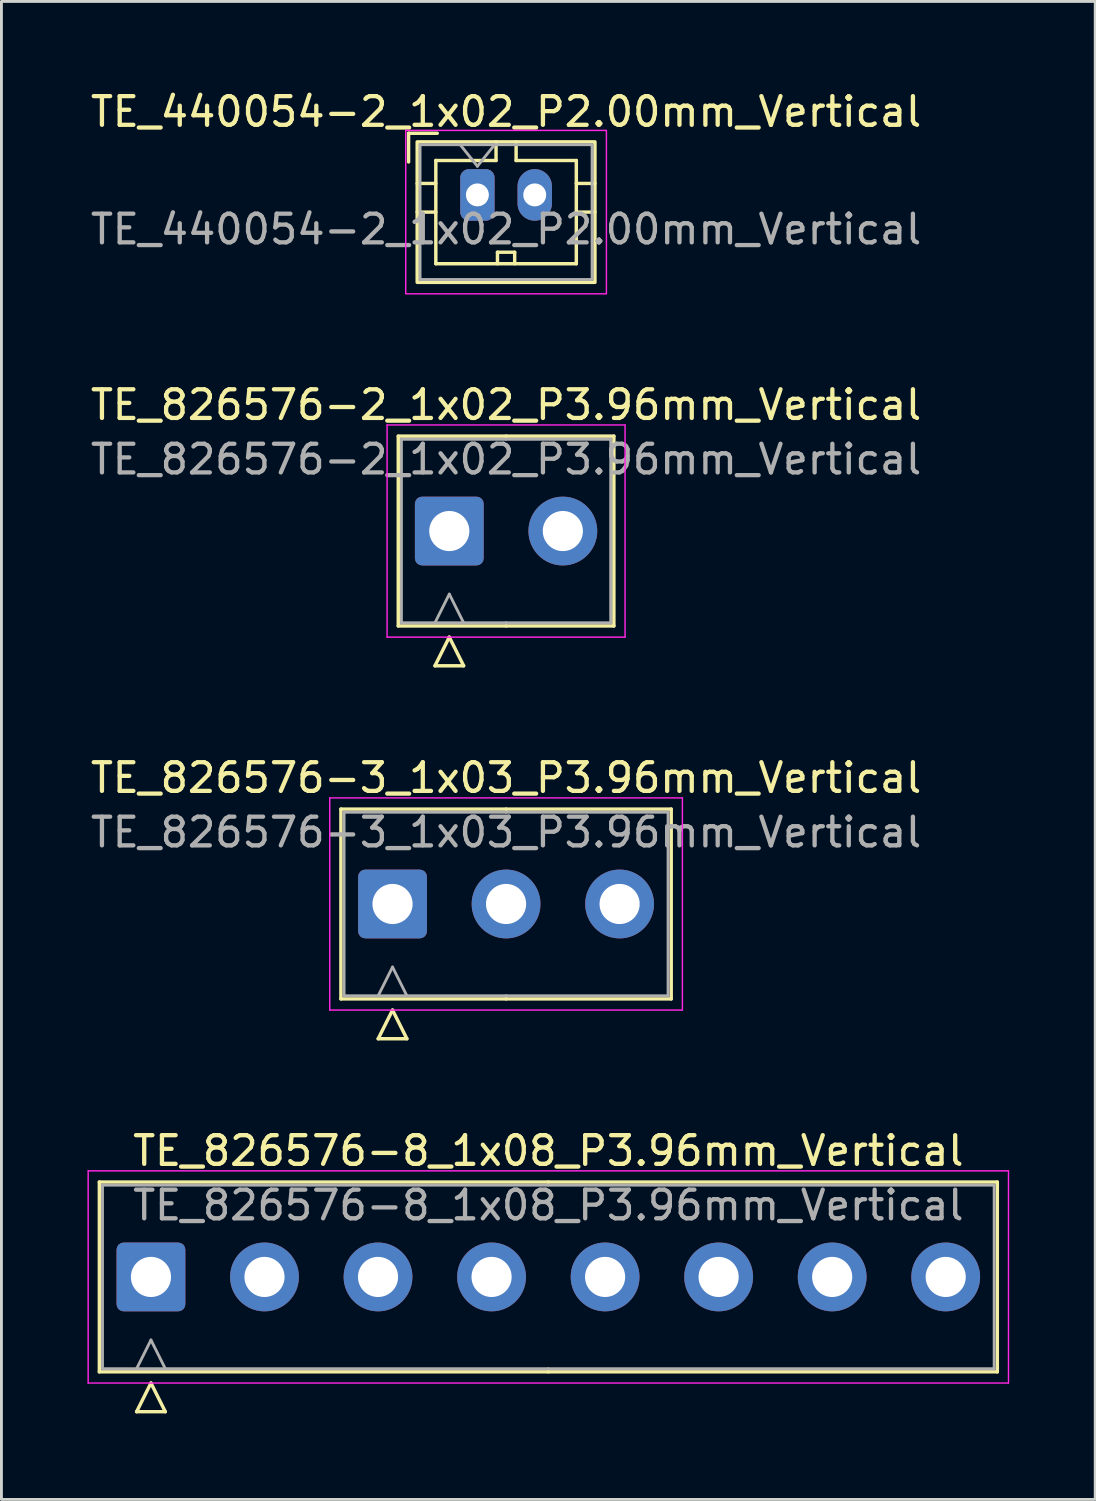
<source format=kicad_pcb>
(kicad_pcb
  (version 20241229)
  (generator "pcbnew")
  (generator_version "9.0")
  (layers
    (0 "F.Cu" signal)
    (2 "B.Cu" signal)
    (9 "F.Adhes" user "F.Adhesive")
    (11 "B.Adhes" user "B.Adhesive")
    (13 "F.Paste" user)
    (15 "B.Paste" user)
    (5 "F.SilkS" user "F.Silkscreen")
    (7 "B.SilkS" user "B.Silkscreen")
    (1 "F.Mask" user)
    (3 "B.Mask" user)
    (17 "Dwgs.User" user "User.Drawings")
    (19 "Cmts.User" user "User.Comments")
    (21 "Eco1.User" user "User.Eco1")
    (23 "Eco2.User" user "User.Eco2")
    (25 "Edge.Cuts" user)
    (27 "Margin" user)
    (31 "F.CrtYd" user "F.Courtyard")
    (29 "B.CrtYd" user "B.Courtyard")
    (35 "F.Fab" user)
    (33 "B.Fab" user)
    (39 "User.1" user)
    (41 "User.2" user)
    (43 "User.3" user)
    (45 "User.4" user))
  (footprint "TE_826576-2_1x02_P3.96mm_Vertical"
    (layer "F.Cu")
    (at 12.621 15.472)
    (property "Reference" "TE_826576-2_1x02_P3.96mm_Vertical" (at 1.98 -4.4 0) (layer "F.SilkS") (effects (font (size 1 1) (thickness 0.15))))
    (attr through_hole)
    (fp_line (start -1.78 -3.31) (end -1.78 3.31) (stroke (width 0.12) (type solid)) (layer "F.SilkS"))
    (fp_line (start -1.78 3.31) (end 1.98 3.31) (stroke (width 0.12) (type solid)) (layer "F.SilkS"))
    (fp_line (start -0.5 4.7) (end 0 3.7) (stroke (width 0.12) (type solid)) (layer "F.SilkS"))
    (fp_line (start 0 3.7) (end 0.5 4.7) (stroke (width 0.12) (type solid)) (layer "F.SilkS"))
    (fp_line (start 0.5 4.7) (end -0.5 4.7) (stroke (width 0.12) (type solid)) (layer "F.SilkS"))
    (fp_line (start 1.98 -3.31) (end -1.78 -3.31) (stroke (width 0.12) (type solid)) (layer "F.SilkS"))
    (fp_line (start 1.98 -3.31) (end 5.74 -3.31) (stroke (width 0.12) (type solid)) (layer "F.SilkS"))
    (fp_line (start 5.74 -3.31) (end 5.74 3.31) (stroke (width 0.12) (type solid)) (layer "F.SilkS"))
    (fp_line (start 5.74 3.31) (end 1.98 3.31) (stroke (width 0.12) (type solid)) (layer "F.SilkS"))
    (fp_line (start -2.17 -3.7) (end -2.17 3.7) (stroke (width 0.05) (type solid)) (layer "F.CrtYd"))
    (fp_line (start -2.17 3.7) (end 6.13 3.7) (stroke (width 0.05) (type solid)) (layer "F.CrtYd"))
    (fp_line (start 6.13 -3.7) (end -2.17 -3.7) (stroke (width 0.05) (type solid)) (layer "F.CrtYd"))
    (fp_line (start 6.13 3.7) (end 6.13 -3.7) (stroke (width 0.05) (type solid)) (layer "F.CrtYd"))
    (fp_line (start -1.67 -3.2) (end -1.67 3.2) (stroke (width 0.1) (type solid)) (layer "F.Fab"))
    (fp_line (start -1.67 3.2) (end 1.98 3.2) (stroke (width 0.1) (type solid)) (layer "F.Fab"))
    (fp_line (start -0.5 3.2) (end 0 2.2) (stroke (width 0.1) (type solid)) (layer "F.Fab"))
    (fp_line (start 0 2.2) (end 0.5 3.2) (stroke (width 0.1) (type solid)) (layer "F.Fab"))
    (fp_line (start 1.98 -3.2) (end -1.67 -3.2) (stroke (width 0.1) (type solid)) (layer "F.Fab"))
    (fp_line (start 1.98 -3.2) (end 5.63 -3.2) (stroke (width 0.1) (type solid)) (layer "F.Fab"))
    (fp_line (start 5.63 -3.2) (end 5.63 3.2) (stroke (width 0.1) (type solid)) (layer "F.Fab"))
    (fp_line (start 5.63 3.2) (end 1.98 3.2) (stroke (width 0.1) (type solid)) (layer "F.Fab"))
    (fp_text user "${REFERENCE}" (at 1.98 -2.5 0) (layer "F.Fab") (effects (font (size 1 1) (thickness 0.15))))
    (pad "1" thru_hole roundrect (at 0 0) (size 2.4 2.4) (drill 1.4) (layers "*.Cu" "*.Mask") (roundrect_rratio 0.104))
    (pad "2" thru_hole circle (at 3.96 0) (size 2.4 2.4) (drill 1.4) (layers "*.Cu" "*.Mask")))
  (footprint "TE_826576-3_1x03_P3.96mm_Vertical"
    (layer "F.Cu")
    (at 10.641 28.48)
    (property "Reference" "TE_826576-3_1x03_P3.96mm_Vertical" (at 3.96 -4.4 0) (layer "F.SilkS") (effects (font (size 1 1) (thickness 0.15))))
    (attr through_hole)
    (fp_line (start -1.8 -3.31) (end -1.8 3.31) (stroke (width 0.12) (type solid)) (layer "F.SilkS"))
    (fp_line (start -1.8 3.31) (end 3.96 3.31) (stroke (width 0.12) (type solid)) (layer "F.SilkS"))
    (fp_line (start -0.5 4.7) (end 0 3.7) (stroke (width 0.12) (type solid)) (layer "F.SilkS"))
    (fp_line (start 0 3.7) (end 0.5 4.7) (stroke (width 0.12) (type solid)) (layer "F.SilkS"))
    (fp_line (start 0.5 4.7) (end -0.5 4.7) (stroke (width 0.12) (type solid)) (layer "F.SilkS"))
    (fp_line (start 3.96 -3.31) (end -1.8 -3.31) (stroke (width 0.12) (type solid)) (layer "F.SilkS"))
    (fp_line (start 3.96 -3.31) (end 9.72 -3.31) (stroke (width 0.12) (type solid)) (layer "F.SilkS"))
    (fp_line (start 9.72 -3.31) (end 9.72 3.31) (stroke (width 0.12) (type solid)) (layer "F.SilkS"))
    (fp_line (start 9.72 3.31) (end 3.96 3.31) (stroke (width 0.12) (type solid)) (layer "F.SilkS"))
    (fp_line (start -2.19 -3.7) (end -2.19 3.7) (stroke (width 0.05) (type solid)) (layer "F.CrtYd"))
    (fp_line (start -2.19 3.7) (end 10.11 3.7) (stroke (width 0.05) (type solid)) (layer "F.CrtYd"))
    (fp_line (start 10.11 -3.7) (end -2.19 -3.7) (stroke (width 0.05) (type solid)) (layer "F.CrtYd"))
    (fp_line (start 10.11 3.7) (end 10.11 -3.7) (stroke (width 0.05) (type solid)) (layer "F.CrtYd"))
    (fp_line (start -1.69 -3.2) (end -1.69 3.2) (stroke (width 0.1) (type solid)) (layer "F.Fab"))
    (fp_line (start -1.69 3.2) (end 3.96 3.2) (stroke (width 0.1) (type solid)) (layer "F.Fab"))
    (fp_line (start -0.5 3.2) (end 0 2.2) (stroke (width 0.1) (type solid)) (layer "F.Fab"))
    (fp_line (start 0 2.2) (end 0.5 3.2) (stroke (width 0.1) (type solid)) (layer "F.Fab"))
    (fp_line (start 3.96 -3.2) (end -1.69 -3.2) (stroke (width 0.1) (type solid)) (layer "F.Fab"))
    (fp_line (start 3.96 -3.2) (end 9.61 -3.2) (stroke (width 0.1) (type solid)) (layer "F.Fab"))
    (fp_line (start 9.61 -3.2) (end 9.61 3.2) (stroke (width 0.1) (type solid)) (layer "F.Fab"))
    (fp_line (start 9.61 3.2) (end 3.96 3.2) (stroke (width 0.1) (type solid)) (layer "F.Fab"))
    (fp_text user "${REFERENCE}" (at 3.96 -2.5 0) (layer "F.Fab") (effects (font (size 1 1) (thickness 0.15))))
    (pad "1" thru_hole roundrect (at 0 0) (size 2.4 2.4) (drill 1.4) (layers "*.Cu" "*.Mask") (roundrect_rratio 0.104))
    (pad "2" thru_hole circle (at 3.96 0) (size 2.4 2.4) (drill 1.4) (layers "*.Cu" "*.Mask"))
    (pad "3" thru_hole circle (at 7.92 0) (size 2.4 2.4) (drill 1.4) (layers "*.Cu" "*.Mask")))
  (footprint "TE_826576-8_1x08_P3.96mm_Vertical"
    (layer "F.Cu")
    (at 2.215 41.488)
    (property "Reference" "TE_826576-8_1x08_P3.96mm_Vertical" (at 13.86 -4.4 0) (layer "F.SilkS") (effects (font (size 1 1) (thickness 0.15))))
    (attr through_hole)
    (fp_line (start -1.8 -3.31) (end -1.8 3.31) (stroke (width 0.12) (type solid)) (layer "F.SilkS"))
    (fp_line (start -1.8 3.31) (end 13.86 3.31) (stroke (width 0.12) (type solid)) (layer "F.SilkS"))
    (fp_line (start -0.5 4.7) (end 0 3.7) (stroke (width 0.12) (type solid)) (layer "F.SilkS"))
    (fp_line (start 0 3.7) (end 0.5 4.7) (stroke (width 0.12) (type solid)) (layer "F.SilkS"))
    (fp_line (start 0.5 4.7) (end -0.5 4.7) (stroke (width 0.12) (type solid)) (layer "F.SilkS"))
    (fp_line (start 13.86 -3.31) (end -1.8 -3.31) (stroke (width 0.12) (type solid)) (layer "F.SilkS"))
    (fp_line (start 13.86 -3.31) (end 29.52 -3.31) (stroke (width 0.12) (type solid)) (layer "F.SilkS"))
    (fp_line (start 29.52 -3.31) (end 29.52 3.31) (stroke (width 0.12) (type solid)) (layer "F.SilkS"))
    (fp_line (start 29.52 3.31) (end 13.86 3.31) (stroke (width 0.12) (type solid)) (layer "F.SilkS"))
    (fp_line (start -2.19 -3.7) (end -2.19 3.7) (stroke (width 0.05) (type solid)) (layer "F.CrtYd"))
    (fp_line (start -2.19 3.7) (end 29.91 3.7) (stroke (width 0.05) (type solid)) (layer "F.CrtYd"))
    (fp_line (start 29.91 -3.7) (end -2.19 -3.7) (stroke (width 0.05) (type solid)) (layer "F.CrtYd"))
    (fp_line (start 29.91 3.7) (end 29.91 -3.7) (stroke (width 0.05) (type solid)) (layer "F.CrtYd"))
    (fp_line (start -1.69 -3.2) (end -1.69 3.2) (stroke (width 0.1) (type solid)) (layer "F.Fab"))
    (fp_line (start -1.69 3.2) (end 13.86 3.2) (stroke (width 0.1) (type solid)) (layer "F.Fab"))
    (fp_line (start -0.5 3.2) (end 0 2.2) (stroke (width 0.1) (type solid)) (layer "F.Fab"))
    (fp_line (start 0 2.2) (end 0.5 3.2) (stroke (width 0.1) (type solid)) (layer "F.Fab"))
    (fp_line (start 13.86 -3.2) (end -1.69 -3.2) (stroke (width 0.1) (type solid)) (layer "F.Fab"))
    (fp_line (start 13.86 -3.2) (end 29.41 -3.2) (stroke (width 0.1) (type solid)) (layer "F.Fab"))
    (fp_line (start 29.41 -3.2) (end 29.41 3.2) (stroke (width 0.1) (type solid)) (layer "F.Fab"))
    (fp_line (start 29.41 3.2) (end 13.86 3.2) (stroke (width 0.1) (type solid)) (layer "F.Fab"))
    (fp_text user "${REFERENCE}" (at 13.86 -2.5 0) (layer "F.Fab") (effects (font (size 1 1) (thickness 0.15))))
    (pad "1" thru_hole roundrect (at 0 0) (size 2.4 2.4) (drill 1.4) (layers "*.Cu" "*.Mask") (roundrect_rratio 0.104))
    (pad "2" thru_hole circle (at 3.96 0) (size 2.4 2.4) (drill 1.4) (layers "*.Cu" "*.Mask"))
    (pad "3" thru_hole circle (at 7.92 0) (size 2.4 2.4) (drill 1.4) (layers "*.Cu" "*.Mask"))
    (pad "4" thru_hole circle (at 11.88 0) (size 2.4 2.4) (drill 1.4) (layers "*.Cu" "*.Mask"))
    (pad "5" thru_hole circle (at 15.84 0) (size 2.4 2.4) (drill 1.4) (layers "*.Cu" "*.Mask"))
    (pad "6" thru_hole circle (at 19.8 0) (size 2.4 2.4) (drill 1.4) (layers "*.Cu" "*.Mask"))
    (pad "7" thru_hole circle (at 23.76 0) (size 2.4 2.4) (drill 1.4) (layers "*.Cu" "*.Mask"))
    (pad "8" thru_hole circle (at 27.72 0) (size 2.4 2.4) (drill 1.4) (layers "*.Cu" "*.Mask")))
  (footprint "TE_440054-2_1x02_P2.00mm_Vertical"
    (layer "F.Cu")
    (at 13.601 3.748)
    (property "Reference" "TE_440054-2_1x02_P2.00mm_Vertical" (at 1 -2.9 0) (unlocked yes) (layer "F.SilkS") (effects (font (size 1 1) (thickness 0.15))))
    (attr through_hole)
    (fp_line (start -2.4 -2.15) (end -2.4 -1.15) (stroke (width 0.12) (type solid)) (layer "F.SilkS"))
    (fp_line (start -2.4 -2.15) (end -1.4 -2.15) (stroke (width 0.12) (type solid)) (layer "F.SilkS"))
    (fp_line (start -2.1 -0.4) (end -1.45 -0.4) (stroke (width 0.12) (type solid)) (layer "F.SilkS"))
    (fp_line (start -2.1 0.6) (end -1.45 0.6) (stroke (width 0.12) (type solid)) (layer "F.SilkS"))
    (fp_line (start -1.45 -1.2) (end 0.65 -1.2) (stroke (width 0.12) (type solid)) (layer "F.SilkS"))
    (fp_line (start -1.45 2.4) (end -1.45 -1.2) (stroke (width 0.12) (type solid)) (layer "F.SilkS"))
    (fp_line (start 0.65 -1.85) (end 0.65 -1.2) (stroke (width 0.12) (type solid)) (layer "F.SilkS"))
    (fp_line (start 0.7 2) (end 1.3 2) (stroke (width 0.12) (type solid)) (layer "F.SilkS"))
    (fp_line (start 0.7 2.4) (end 0.7 2) (stroke (width 0.12) (type solid)) (layer "F.SilkS"))
    (fp_line (start 1.3 2) (end 1.3 2.4) (stroke (width 0.12) (type solid)) (layer "F.SilkS"))
    (fp_line (start 1.35 -1.85) (end 1.35 -1.2) (stroke (width 0.12) (type solid)) (layer "F.SilkS"))
    (fp_line (start 3.45 -1.2) (end 1.35 -1.2) (stroke (width 0.12) (type solid)) (layer "F.SilkS"))
    (fp_line (start 3.45 -1.2) (end 3.45 2.4) (stroke (width 0.12) (type solid)) (layer "F.SilkS"))
    (fp_line (start 3.45 -0.4) (end 4.1 -0.4) (stroke (width 0.12) (type solid)) (layer "F.SilkS"))
    (fp_line (start 3.45 0.6) (end 4.1 0.6) (stroke (width 0.12) (type solid)) (layer "F.SilkS"))
    (fp_line (start 3.45 2.4) (end -1.45 2.4) (stroke (width 0.12) (type solid)) (layer "F.SilkS"))
    (fp_rect (start -2.1 -1.85) (end 4.1 3.05) (stroke (width 0.12) (type solid)) (fill no) (layer "F.SilkS"))
    (fp_rect (start -2.5 -2.25) (end 4.5 3.45) (stroke (width 0.05) (type solid)) (fill no) (layer "F.CrtYd"))
    (fp_line (start 0 -1) (end -0.6 -1.75) (stroke (width 0.1) (type solid)) (layer "F.Fab"))
    (fp_line (start 0.6 -1.75) (end 0 -1) (stroke (width 0.1) (type solid)) (layer "F.Fab"))
    (fp_rect (start -2 -1.75) (end 4 2.95) (stroke (width 0.1) (type solid)) (fill no) (layer "F.Fab"))
    (fp_text user "${REFERENCE}" (at 1 1.2 0) (unlocked yes) (layer "F.Fab") (effects (font (size 1 1) (thickness 0.15))))
    (pad "1" thru_hole roundrect (at 0 0) (size 1.2 1.8) (drill 0.8) (layers "*.Cu" "*.Mask") (roundrect_rratio 0.25))
    (pad "2" thru_hole oval (at 2 0) (size 1.2 1.8) (drill 0.8) (layers "*.Cu" "*.Mask")))
  (gr_rect
    (start -3 -3)
    (end 35.15 49.248)
    (stroke (width 0.1) (type default))
    (fill no)
    (layer "Edge.Cuts")))
</source>
